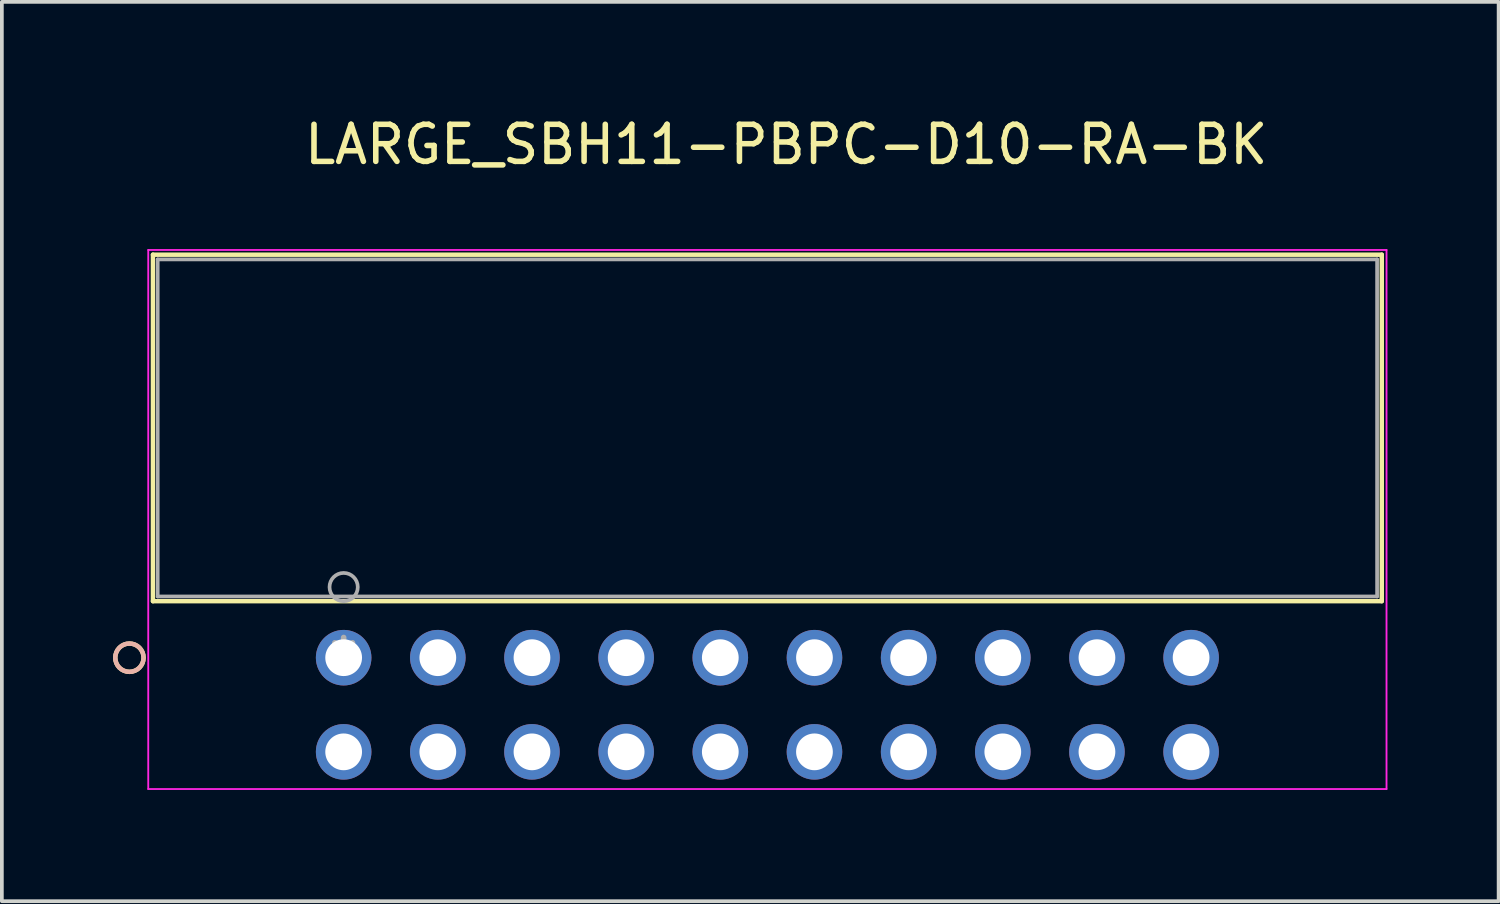
<source format=kicad_pcb>
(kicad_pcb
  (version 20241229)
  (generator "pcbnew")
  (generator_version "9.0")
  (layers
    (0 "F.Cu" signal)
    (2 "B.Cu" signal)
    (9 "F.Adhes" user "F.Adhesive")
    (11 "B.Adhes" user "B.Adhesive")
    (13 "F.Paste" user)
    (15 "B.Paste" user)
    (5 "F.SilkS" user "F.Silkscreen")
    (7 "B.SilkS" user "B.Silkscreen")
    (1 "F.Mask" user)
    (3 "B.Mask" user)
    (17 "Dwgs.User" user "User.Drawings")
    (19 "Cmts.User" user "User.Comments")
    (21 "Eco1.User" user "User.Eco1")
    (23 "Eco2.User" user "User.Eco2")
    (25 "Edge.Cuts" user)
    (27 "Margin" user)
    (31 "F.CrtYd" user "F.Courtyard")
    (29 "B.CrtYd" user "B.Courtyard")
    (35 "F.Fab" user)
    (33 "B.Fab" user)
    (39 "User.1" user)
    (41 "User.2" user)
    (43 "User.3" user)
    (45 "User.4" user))
  (footprint "LARGE_SBH11-PBPC-D10-RA-BK"
    (layer "F.Cu")
    (at 6.22 14.691)
    (property "Reference" "LARGE_SBH11-PBPC-D10-RA-BK" (at 11.938 -13.843 0) (layer "F.SilkS") (effects (font (size 1 1) (thickness 0.15))))
    (attr through_hole)
    (fp_line (start -5.144 -10.871) (end -5.144 -1.524) (stroke (width 0.12) (type solid)) (layer "F.SilkS"))
    (fp_line (start -5.144 -1.524) (end 28.003 -1.524) (stroke (width 0.12) (type solid)) (layer "F.SilkS"))
    (fp_line (start 28.003 -10.871) (end -5.144 -10.871) (stroke (width 0.12) (type solid)) (layer "F.SilkS"))
    (fp_line (start 28.003 -1.524) (end 28.003 -10.871) (stroke (width 0.12) (type solid)) (layer "F.SilkS"))
    (fp_circle (center -5.779 0) (end -5.397 0) (stroke (width 0.12) (type solid)) (fill no) (layer "F.SilkS"))
    (fp_circle (center -5.779 0) (end -5.397 0) (stroke (width 0.12) (type solid)) (fill no) (layer "B.SilkS"))
    (fp_line (start -5.271 -10.998) (end -5.271 3.543) (stroke (width 0.05) (type solid)) (layer "F.CrtYd"))
    (fp_line (start -5.271 3.543) (end 28.131 3.543) (stroke (width 0.05) (type solid)) (layer "F.CrtYd"))
    (fp_line (start 28.131 -10.998) (end -5.271 -10.998) (stroke (width 0.05) (type solid)) (layer "F.CrtYd"))
    (fp_line (start 28.131 3.543) (end 28.131 -10.998) (stroke (width 0.05) (type solid)) (layer "F.CrtYd"))
    (fp_line (start -5.016 -10.744) (end -5.016 -1.651) (stroke (width 0.1) (type solid)) (layer "F.Fab"))
    (fp_line (start -5.016 -1.651) (end 27.877 -1.651) (stroke (width 0.1) (type solid)) (layer "F.Fab"))
    (fp_line (start 27.877 -10.744) (end -5.016 -10.744) (stroke (width 0.1) (type solid)) (layer "F.Fab"))
    (fp_line (start 27.877 -1.651) (end 27.877 -10.744) (stroke (width 0.1) (type solid)) (layer "F.Fab"))
    (fp_circle (center 0 -1.905) (end 0.381 -1.905) (stroke (width 0.1) (type solid)) (fill no) (layer "F.Fab"))
    (fp_text user "*" (at 0 0 0) (layer "F.Fab") (effects (font (size 1 1) (thickness 0.15))))
    (pad "1" thru_hole circle (at 0 2.54) (size 1.499 1.499) (drill 0.991) (layers "*.Cu" "*.Mask"))
    (pad "2" thru_hole circle (at 0 0) (size 1.499 1.499) (drill 0.991) (layers "*.Cu" "*.Mask"))
    (pad "3" thru_hole circle (at 2.54 2.54) (size 1.499 1.499) (drill 0.991) (layers "*.Cu" "*.Mask"))
    (pad "4" thru_hole circle (at 2.54 0) (size 1.499 1.499) (drill 0.991) (layers "*.Cu" "*.Mask"))
    (pad "5" thru_hole circle (at 5.08 2.54) (size 1.499 1.499) (drill 0.991) (layers "*.Cu" "*.Mask"))
    (pad "6" thru_hole circle (at 5.08 0) (size 1.499 1.499) (drill 0.991) (layers "*.Cu" "*.Mask"))
    (pad "7" thru_hole circle (at 7.62 2.54) (size 1.499 1.499) (drill 0.991) (layers "*.Cu" "*.Mask"))
    (pad "8" thru_hole circle (at 7.62 0) (size 1.499 1.499) (drill 0.991) (layers "*.Cu" "*.Mask"))
    (pad "9" thru_hole circle (at 10.16 2.54) (size 1.499 1.499) (drill 0.991) (layers "*.Cu" "*.Mask"))
    (pad "10" thru_hole circle (at 10.16 0) (size 1.499 1.499) (drill 0.991) (layers "*.Cu" "*.Mask"))
    (pad "11" thru_hole circle (at 12.7 2.54) (size 1.499 1.499) (drill 0.991) (layers "*.Cu" "*.Mask"))
    (pad "12" thru_hole circle (at 12.7 0) (size 1.499 1.499) (drill 0.991) (layers "*.Cu" "*.Mask"))
    (pad "13" thru_hole circle (at 15.24 2.54) (size 1.499 1.499) (drill 0.991) (layers "*.Cu" "*.Mask"))
    (pad "14" thru_hole circle (at 15.24 0) (size 1.499 1.499) (drill 0.991) (layers "*.Cu" "*.Mask"))
    (pad "15" thru_hole circle (at 17.78 2.54) (size 1.499 1.499) (drill 0.991) (layers "*.Cu" "*.Mask"))
    (pad "16" thru_hole circle (at 17.78 0) (size 1.499 1.499) (drill 0.991) (layers "*.Cu" "*.Mask"))
    (pad "17" thru_hole circle (at 20.32 2.54) (size 1.499 1.499) (drill 0.991) (layers "*.Cu" "*.Mask"))
    (pad "18" thru_hole circle (at 20.32 0) (size 1.499 1.499) (drill 0.991) (layers "*.Cu" "*.Mask"))
    (pad "19" thru_hole circle (at 22.86 2.54) (size 1.499 1.499) (drill 0.991) (layers "*.Cu" "*.Mask"))
    (pad "20" thru_hole circle (at 22.86 0) (size 1.499 1.499) (drill 0.991) (layers "*.Cu" "*.Mask")))
  (gr_rect
    (start -3 -3)
    (end 37.375 21.26)
    (stroke (width 0.1) (type default))
    (fill no)
    (layer "Edge.Cuts")))
</source>
